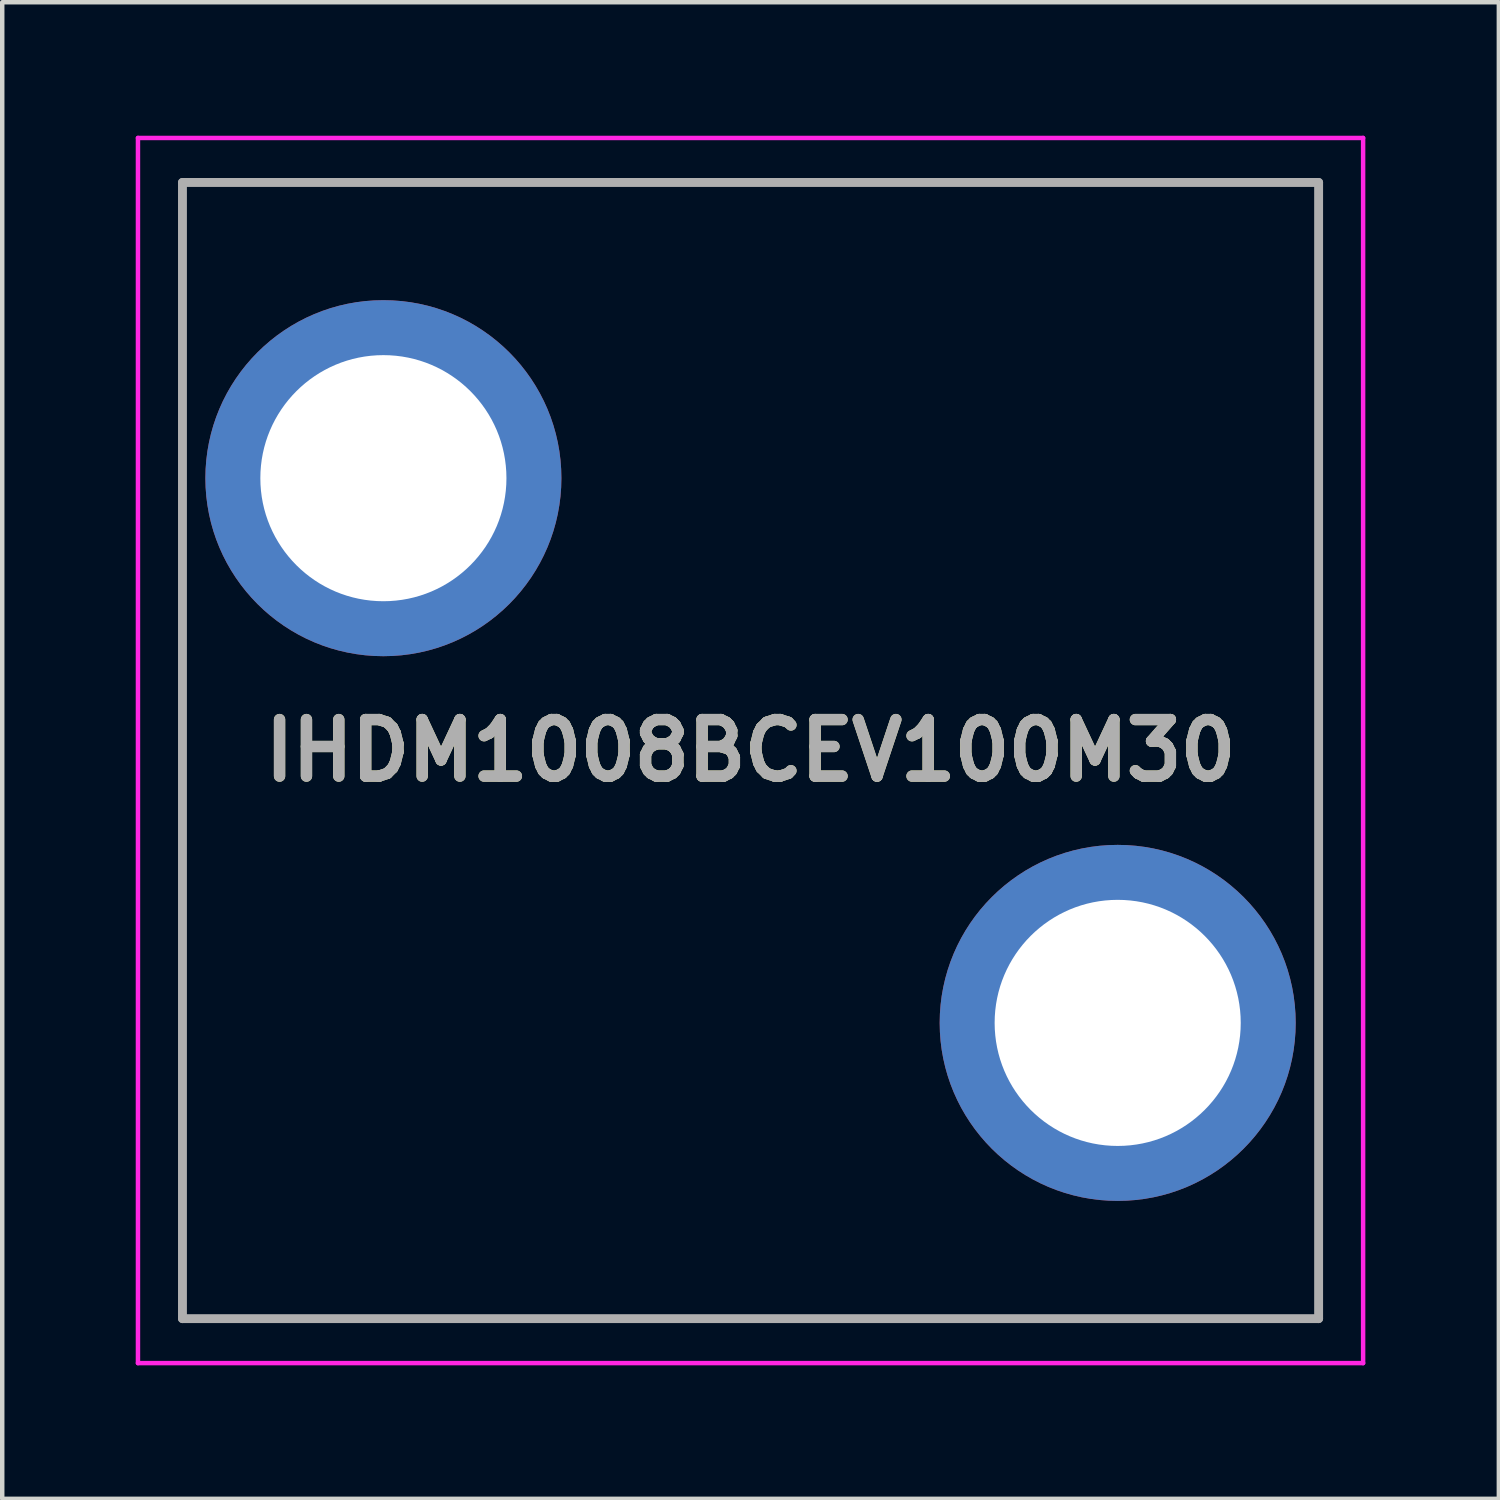
<source format=kicad_pcb>
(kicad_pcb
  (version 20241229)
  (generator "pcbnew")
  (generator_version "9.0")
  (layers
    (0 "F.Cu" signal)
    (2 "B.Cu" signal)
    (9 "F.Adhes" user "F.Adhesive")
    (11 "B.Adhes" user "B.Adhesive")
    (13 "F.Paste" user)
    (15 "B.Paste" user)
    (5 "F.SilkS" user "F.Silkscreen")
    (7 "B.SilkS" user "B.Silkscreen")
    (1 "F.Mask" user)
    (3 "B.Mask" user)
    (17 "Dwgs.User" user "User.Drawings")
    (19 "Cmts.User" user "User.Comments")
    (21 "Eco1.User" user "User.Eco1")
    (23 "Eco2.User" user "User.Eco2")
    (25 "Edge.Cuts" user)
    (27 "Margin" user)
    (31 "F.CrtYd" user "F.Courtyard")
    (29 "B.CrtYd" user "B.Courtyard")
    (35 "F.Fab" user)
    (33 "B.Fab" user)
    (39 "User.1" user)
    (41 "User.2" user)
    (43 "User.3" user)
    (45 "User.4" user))
  (footprint "IHDM1008BCEV100M30"
    (layer "F.Cu")
    (at 5.565 7.695)
    (property "Reference" "IHDM1008BCEV100M30" (at 8.25 6.12 0) (layer "F.SilkS") (effects (font (size 1.27 1.27) (thickness 0.254))))
    (attr through_hole)
    (fp_line (start -4.515 -6.645) (end -4.515 18.885) (stroke (width 0.1) (type solid)) (layer "F.SilkS"))
    (fp_line (start -4.515 18.885) (end 21.015 18.885) (stroke (width 0.1) (type solid)) (layer "F.SilkS"))
    (fp_line (start 21.015 -6.645) (end -4.515 -6.645) (stroke (width 0.1) (type solid)) (layer "F.SilkS"))
    (fp_line (start 21.015 18.885) (end 21.015 -6.645) (stroke (width 0.1) (type solid)) (layer "F.SilkS"))
    (fp_line (start -5.515 -7.645) (end -5.515 19.885) (stroke (width 0.1) (type solid)) (layer "F.CrtYd"))
    (fp_line (start -5.515 19.885) (end 22.015 19.885) (stroke (width 0.1) (type solid)) (layer "F.CrtYd"))
    (fp_line (start 22.015 -7.645) (end -5.515 -7.645) (stroke (width 0.1) (type solid)) (layer "F.CrtYd"))
    (fp_line (start 22.015 19.885) (end 22.015 -7.645) (stroke (width 0.1) (type solid)) (layer "F.CrtYd"))
    (fp_line (start -4.515 -6.645) (end -4.515 18.885) (stroke (width 0.2) (type solid)) (layer "F.Fab"))
    (fp_line (start -4.515 18.885) (end 21.015 18.885) (stroke (width 0.2) (type solid)) (layer "F.Fab"))
    (fp_line (start 21.015 -6.645) (end -4.515 -6.645) (stroke (width 0.2) (type solid)) (layer "F.Fab"))
    (fp_line (start 21.015 18.885) (end 21.015 -6.645) (stroke (width 0.2) (type solid)) (layer "F.Fab"))
    (fp_text user "${REFERENCE}" (at 8.25 6.12 0) (layer "F.Fab") (effects (font (size 1.27 1.27) (thickness 0.254))))
    (pad "1" thru_hole circle (at 0 0) (size 8 8) (drill 5.53) (layers "*.Cu" "*.Mask"))
    (pad "2" thru_hole circle (at 16.5 12.24) (size 8 8) (drill 5.53) (layers "*.Cu" "*.Mask")))
  (gr_rect
    (start -3 -3)
    (end 30.63 30.63)
    (stroke (width 0.1) (type default))
    (fill no)
    (layer "Edge.Cuts")))
</source>
